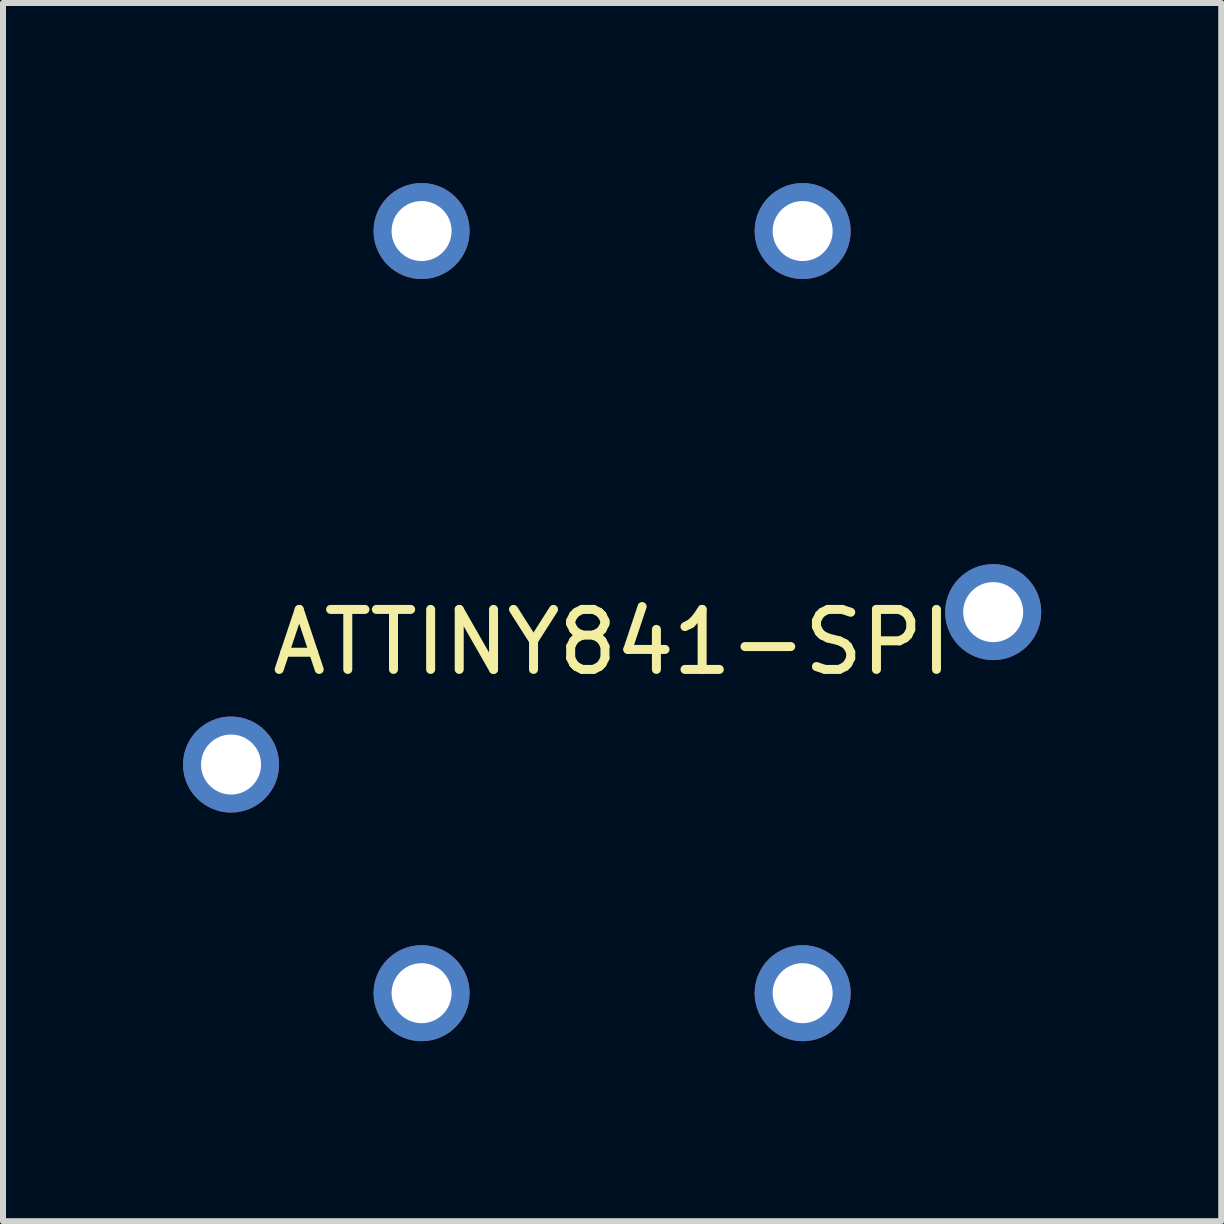
<source format=kicad_pcb>
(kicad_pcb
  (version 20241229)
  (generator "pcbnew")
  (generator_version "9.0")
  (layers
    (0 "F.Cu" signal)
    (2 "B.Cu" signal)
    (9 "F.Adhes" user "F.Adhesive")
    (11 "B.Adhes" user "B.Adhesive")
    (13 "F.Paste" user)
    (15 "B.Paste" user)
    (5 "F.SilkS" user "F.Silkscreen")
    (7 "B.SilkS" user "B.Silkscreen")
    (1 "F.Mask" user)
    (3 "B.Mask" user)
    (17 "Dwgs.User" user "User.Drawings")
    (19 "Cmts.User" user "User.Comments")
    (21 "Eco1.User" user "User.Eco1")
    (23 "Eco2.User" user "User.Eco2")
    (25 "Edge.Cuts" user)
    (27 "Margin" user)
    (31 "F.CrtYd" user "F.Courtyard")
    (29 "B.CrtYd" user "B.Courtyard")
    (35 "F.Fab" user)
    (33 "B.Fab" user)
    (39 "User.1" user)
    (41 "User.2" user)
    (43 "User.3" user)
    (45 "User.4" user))
  (footprint "ATTINY841-SPI"
    (layer "F.Cu")
    (at 7.15 7.15)
    (property "Reference" "ATTINY841-SPI" (at 0 0.5 0) (layer "F.SilkS") (effects (font (size 1 1) (thickness 0.15))))
    (attr through_hole)
    (pad "1" thru_hole circle (at -3.175 6.35) (size 1.6 1.6) (drill 1) (layers "*.Cu" "*.Mask"))
    (pad "2" thru_hole circle (at 3.175 -6.35) (size 1.6 1.6) (drill 1) (layers "*.Cu" "*.Mask"))
    (pad "3" thru_hole circle (at -6.35 2.54) (size 1.6 1.6) (drill 1) (layers "*.Cu" "*.Mask"))
    (pad "4" thru_hole circle (at 3.175 6.35) (size 1.6 1.6) (drill 1) (layers "*.Cu" "*.Mask"))
    (pad "5" thru_hole circle (at 6.35 0) (size 1.6 1.6) (drill 1) (layers "*.Cu" "*.Mask"))
    (pad "6" thru_hole circle (at -3.175 -6.35) (size 1.6 1.6) (drill 1) (layers "*.Cu" "*.Mask")))
  (gr_rect
    (start -3 -3)
    (end 17.3 17.3)
    (stroke (width 0.1) (type default))
    (fill no)
    (layer "Edge.Cuts")))
</source>
